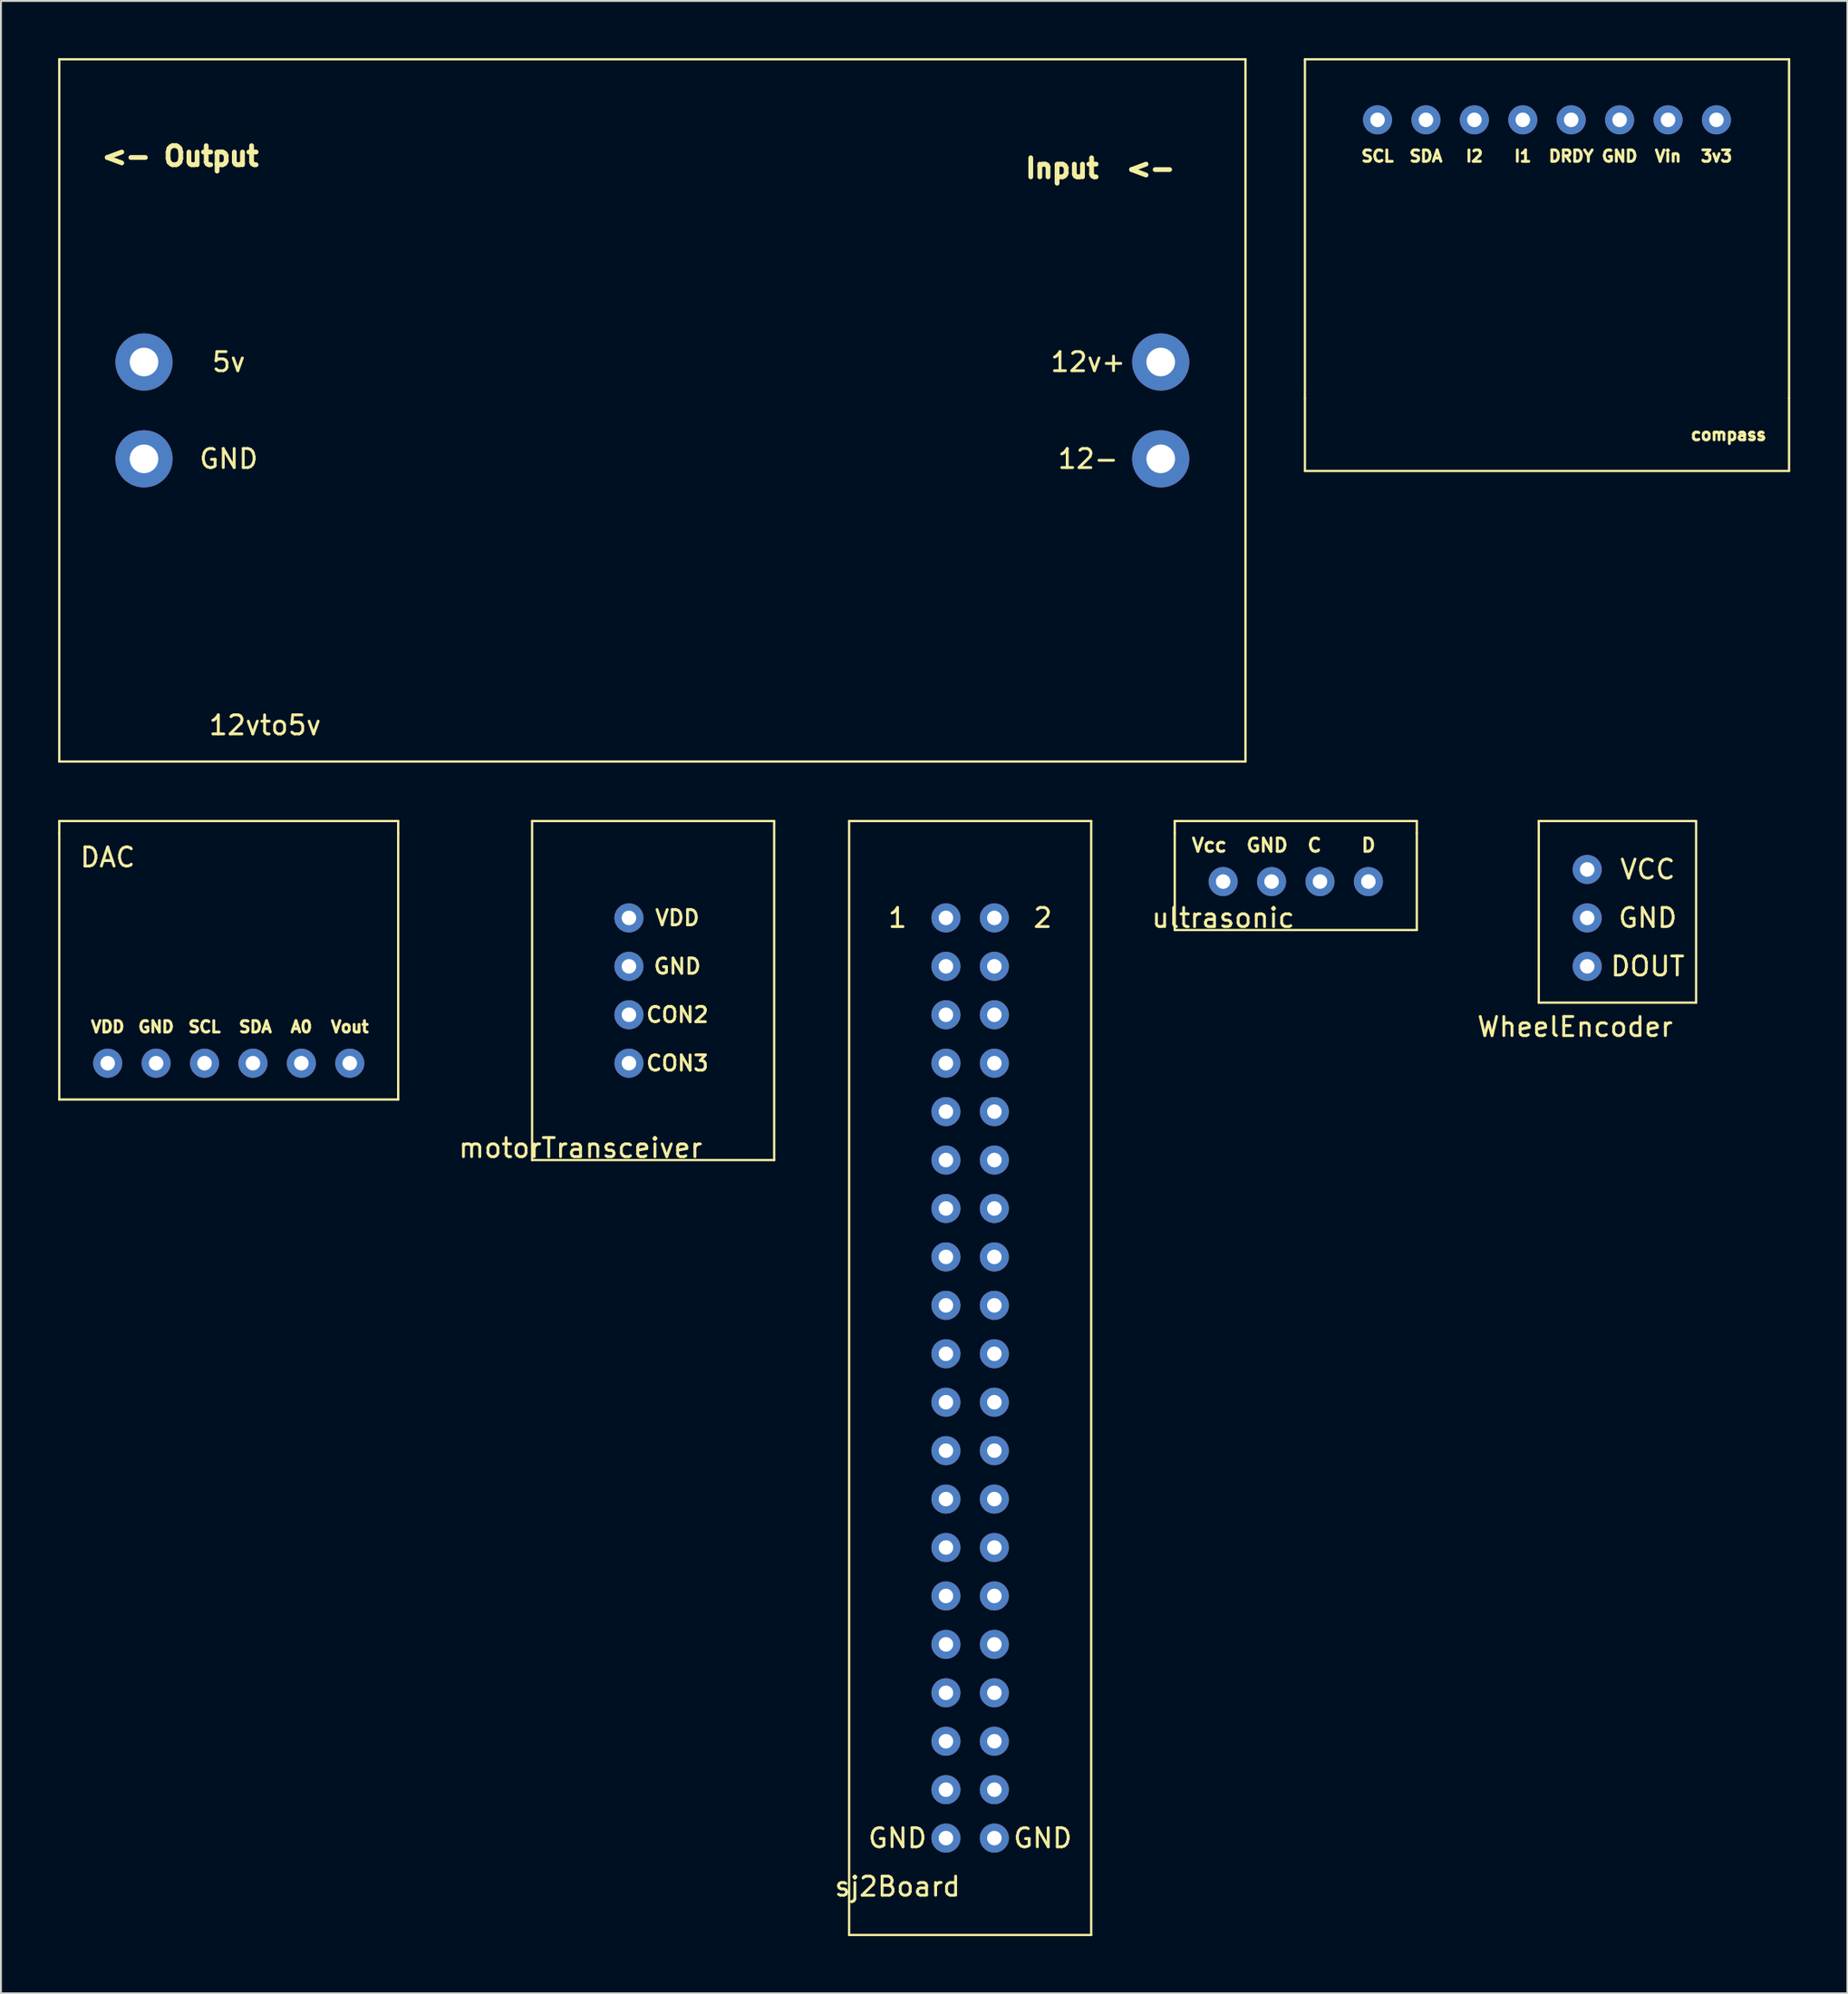
<source format=kicad_pcb>
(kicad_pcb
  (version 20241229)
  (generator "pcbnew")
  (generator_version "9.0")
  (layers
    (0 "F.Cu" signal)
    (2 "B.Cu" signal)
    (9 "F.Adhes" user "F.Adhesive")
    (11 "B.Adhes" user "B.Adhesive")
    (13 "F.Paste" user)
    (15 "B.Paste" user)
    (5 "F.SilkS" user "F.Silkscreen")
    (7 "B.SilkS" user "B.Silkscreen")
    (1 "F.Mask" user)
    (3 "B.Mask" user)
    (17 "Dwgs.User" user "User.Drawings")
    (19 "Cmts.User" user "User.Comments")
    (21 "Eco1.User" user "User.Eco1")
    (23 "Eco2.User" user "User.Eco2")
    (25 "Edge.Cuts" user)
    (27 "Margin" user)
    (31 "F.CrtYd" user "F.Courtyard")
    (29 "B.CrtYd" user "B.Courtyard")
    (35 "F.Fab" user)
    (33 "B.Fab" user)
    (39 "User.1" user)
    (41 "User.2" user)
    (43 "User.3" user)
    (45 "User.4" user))
  (footprint "compass"
    (layer "F.Cu")
    (at 78.745 12.76)
    (property "Reference" "compass" (at 8.89 6.985 180) (layer "F.SilkS") (effects (font (size 0.6 0.6) (thickness 0.15))))
    (attr through_hole)
    (fp_line (start -13.335 -12.7) (end -13.335 5.08) (stroke (width 0.12) (type solid)) (layer "F.SilkS"))
    (fp_line (start -13.335 5.08) (end -13.335 8.89) (stroke (width 0.12) (type solid)) (layer "F.SilkS"))
    (fp_line (start -13.335 8.89) (end 12.065 8.89) (stroke (width 0.12) (type solid)) (layer "F.SilkS"))
    (fp_line (start 12.065 -12.7) (end -13.335 -12.7) (stroke (width 0.12) (type solid)) (layer "F.SilkS"))
    (fp_line (start 12.065 5.08) (end 12.065 -12.7) (stroke (width 0.12) (type solid)) (layer "F.SilkS"))
    (fp_line (start 12.065 8.89) (end 12.065 5.08) (stroke (width 0.12) (type solid)) (layer "F.SilkS"))
    (fp_text user "I2" (at -4.445 -7.62 0) (layer "F.SilkS") (effects (font (size 0.6 0.6) (thickness 0.15))))
    (fp_text user "3v3" (at 8.255 -7.62 0) (layer "F.SilkS") (effects (font (size 0.6 0.6) (thickness 0.15))))
    (fp_text user "DRDY" (at 0.635 -7.62 0) (layer "F.SilkS") (effects (font (size 0.6 0.6) (thickness 0.15))))
    (fp_text user "GND" (at 3.175 -7.62 0) (layer "F.SilkS") (effects (font (size 0.6 0.6) (thickness 0.15))))
    (fp_text user "Vin" (at 5.715 -7.62 0) (layer "F.SilkS") (effects (font (size 0.6 0.6) (thickness 0.15))))
    (fp_text user "SDA" (at -6.985 -7.62 0) (layer "F.SilkS") (effects (font (size 0.6 0.6) (thickness 0.15))))
    (fp_text user "SCL" (at -9.525 -7.62 0) (layer "F.SilkS") (effects (font (size 0.6 0.6) (thickness 0.15))))
    (fp_text user "I1" (at -1.905 -7.62 0) (layer "F.SilkS") (effects (font (size 0.6 0.6) (thickness 0.15))))
    (pad "0" thru_hole circle (at -9.525 -9.525) (size 1.524 1.524) (drill 0.762) (layers "*.Cu" "*.Mask"))
    (pad "1" thru_hole circle (at -6.985 -9.525) (size 1.524 1.524) (drill 0.762) (layers "*.Cu" "*.Mask"))
    (pad "2" thru_hole circle (at -4.445 -9.525) (size 1.524 1.524) (drill 0.762) (layers "*.Cu" "*.Mask"))
    (pad "3" thru_hole circle (at -1.905 -9.525) (size 1.524 1.524) (drill 0.762) (layers "*.Cu" "*.Mask"))
    (pad "4" thru_hole circle (at 0.635 -9.525) (size 1.524 1.524) (drill 0.762) (layers "*.Cu" "*.Mask"))
    (pad "5" thru_hole circle (at 3.175 -9.525) (size 1.524 1.524) (drill 0.762) (layers "*.Cu" "*.Mask"))
    (pad "6" thru_hole circle (at 5.715 -9.525) (size 1.524 1.524) (drill 0.762) (layers "*.Cu" "*.Mask"))
    (pad "7" thru_hole circle (at 8.255 -9.525) (size 1.524 1.524) (drill 0.762) (layers "*.Cu" "*.Mask")))
  (footprint "WheelEncoder"
    (layer "F.Cu")
    (at 81.489 45.09)
    (property "Reference" "WheelEncoder" (at -1.905 5.715 0) (layer "F.SilkS") (effects (font (size 1 1) (thickness 0.15))))
    (attr through_hole)
    (fp_line (start -3.81 -5.08) (end 4.445 -5.08) (stroke (width 0.12) (type solid)) (layer "F.SilkS"))
    (fp_line (start -3.81 4.445) (end -3.81 -5.08) (stroke (width 0.12) (type solid)) (layer "F.SilkS"))
    (fp_line (start 4.445 -5.08) (end 4.445 4.445) (stroke (width 0.12) (type solid)) (layer "F.SilkS"))
    (fp_line (start 4.445 4.445) (end -3.81 4.445) (stroke (width 0.12) (type solid)) (layer "F.SilkS"))
    (fp_text user "GND" (at 1.905 0 0) (layer "F.SilkS") (effects (font (size 1 1) (thickness 0.15))))
    (fp_text user "DOUT" (at 1.905 2.54 0) (layer "F.SilkS") (effects (font (size 1 1) (thickness 0.15))))
    (fp_text user "VCC" (at 1.905 -2.54 0) (layer "F.SilkS") (effects (font (size 1 1) (thickness 0.15))))
    (pad "1" thru_hole circle (at -1.27 -2.54) (size 1.524 1.524) (drill 0.762) (layers "*.Cu" "*.Mask"))
    (pad "2" thru_hole circle (at -1.27 0) (size 1.524 1.524) (drill 0.762) (layers "*.Cu" "*.Mask"))
    (pad "3" thru_hole circle (at -1.27 2.54) (size 1.524 1.524) (drill 0.762) (layers "*.Cu" "*.Mask")))
  (footprint "DAC"
    (layer "F.Cu")
    (at 8.95 48.9)
    (property "Reference" "DAC" (at -6.35 -6.985 0) (layer "F.SilkS") (effects (font (size 1 1) (thickness 0.15))))
    (attr through_hole)
    (fp_line (start -8.89 -8.89) (end 8.89 -8.89) (stroke (width 0.12) (type solid)) (layer "F.SilkS"))
    (fp_line (start -8.89 -8.255) (end -8.89 -8.89) (stroke (width 0.12) (type solid)) (layer "F.SilkS"))
    (fp_line (start -8.89 -8.255) (end -8.89 5.715) (stroke (width 0.12) (type solid)) (layer "F.SilkS"))
    (fp_line (start -8.89 5.715) (end 8.89 5.715) (stroke (width 0.12) (type solid)) (layer "F.SilkS"))
    (fp_line (start 8.89 -8.89) (end 8.89 -8.255) (stroke (width 0.12) (type solid)) (layer "F.SilkS"))
    (fp_line (start 8.89 5.715) (end 8.89 -8.255) (stroke (width 0.12) (type solid)) (layer "F.SilkS"))
    (fp_text user "VDD" (at -6.35 1.905 0) (layer "F.SilkS") (effects (font (size 0.6 0.6) (thickness 0.15))))
    (fp_text user "SCL" (at -1.27 1.905 0) (layer "F.SilkS") (effects (font (size 0.6 0.6) (thickness 0.15))))
    (fp_text user "GND" (at -3.81 1.905 0) (layer "F.SilkS") (effects (font (size 0.6 0.6) (thickness 0.15))))
    (fp_text user "SDA" (at 1.397 1.905 0) (layer "F.SilkS") (effects (font (size 0.6 0.6) (thickness 0.15))))
    (fp_text user "A0" (at 3.81 1.905 0) (layer "F.SilkS") (effects (font (size 0.6 0.6) (thickness 0.15))))
    (fp_text user "Vout" (at 6.35 1.905 0) (layer "F.SilkS") (effects (font (size 0.6 0.6) (thickness 0.15))))
    (pad "1" thru_hole circle (at -6.35 3.81) (size 1.524 1.524) (drill 0.762) (layers "*.Cu" "*.Mask"))
    (pad "2" thru_hole circle (at -3.81 3.81) (size 1.524 1.524) (drill 0.762) (layers "*.Cu" "*.Mask"))
    (pad "3" thru_hole circle (at -1.27 3.81) (size 1.524 1.524) (drill 0.762) (layers "*.Cu" "*.Mask"))
    (pad "4" thru_hole circle (at 1.27 3.81) (size 1.524 1.524) (drill 0.762) (layers "*.Cu" "*.Mask"))
    (pad "5" thru_hole circle (at 3.81 3.81) (size 1.524 1.524) (drill 0.762) (layers "*.Cu" "*.Mask"))
    (pad "6" thru_hole circle (at 6.35 3.81) (size 1.524 1.524) (drill 0.762) (layers "*.Cu" "*.Mask")))
  (footprint "sj2Board"
    (layer "F.Cu")
    (at 49.117 70.49)
    (property "Reference" "sj2Board" (at -5.08 25.4 0) (layer "F.SilkS") (effects (font (size 1 1) (thickness 0.15))))
    (attr through_hole)
    (fp_line (start -7.62 -30.48) (end -7.62 27.94) (stroke (width 0.12) (type solid)) (layer "F.SilkS"))
    (fp_line (start -7.62 27.94) (end 5.08 27.94) (stroke (width 0.12) (type solid)) (layer "F.SilkS"))
    (fp_line (start 5.08 -30.48) (end -7.62 -30.48) (stroke (width 0.12) (type solid)) (layer "F.SilkS"))
    (fp_line (start 5.08 27.94) (end 5.08 -30.48) (stroke (width 0.12) (type solid)) (layer "F.SilkS"))
    (fp_text user "1" (at -5.08 -25.4 0) (layer "F.SilkS") (effects (font (size 1 1) (thickness 0.15))))
    (fp_text user "GND" (at 2.54 22.86 0) (layer "F.SilkS") (effects (font (size 1 1) (thickness 0.15))))
    (fp_text user "2" (at 2.54 -25.4 0) (layer "F.SilkS") (effects (font (size 1 1) (thickness 0.15))))
    (fp_text user "GND" (at -5.08 22.86 0) (layer "F.SilkS") (effects (font (size 1 1) (thickness 0.15))))
    (pad "1" thru_hole circle (at -2.54 -25.4) (size 1.524 1.524) (drill 0.762) (layers "*.Cu" "*.Mask"))
    (pad "2" thru_hole circle (at 0 -25.4) (size 1.524 1.524) (drill 0.762) (layers "*.Cu" "*.Mask"))
    (pad "3" thru_hole circle (at -2.54 -22.86) (size 1.524 1.524) (drill 0.762) (layers "*.Cu" "*.Mask"))
    (pad "4" thru_hole circle (at 0 -22.86) (size 1.524 1.524) (drill 0.762) (layers "*.Cu" "*.Mask"))
    (pad "5" thru_hole circle (at -2.54 -20.32) (size 1.524 1.524) (drill 0.762) (layers "*.Cu" "*.Mask"))
    (pad "6" thru_hole circle (at 0 -20.32) (size 1.524 1.524) (drill 0.762) (layers "*.Cu" "*.Mask"))
    (pad "7" thru_hole circle (at -2.54 -17.78) (size 1.524 1.524) (drill 0.762) (layers "*.Cu" "*.Mask"))
    (pad "8" thru_hole circle (at 0 -17.78) (size 1.524 1.524) (drill 0.762) (layers "*.Cu" "*.Mask"))
    (pad "9" thru_hole circle (at -2.54 -15.24) (size 1.524 1.524) (drill 0.762) (layers "*.Cu" "*.Mask"))
    (pad "10" thru_hole circle (at 0 -15.24) (size 1.524 1.524) (drill 0.762) (layers "*.Cu" "*.Mask"))
    (pad "11" thru_hole circle (at -2.54 -12.7) (size 1.524 1.524) (drill 0.762) (layers "*.Cu" "*.Mask"))
    (pad "12" thru_hole circle (at 0 -12.7) (size 1.524 1.524) (drill 0.762) (layers "*.Cu" "*.Mask"))
    (pad "13" thru_hole circle (at -2.54 -10.16) (size 1.524 1.524) (drill 0.762) (layers "*.Cu" "*.Mask"))
    (pad "14" thru_hole circle (at 0 -10.16) (size 1.524 1.524) (drill 0.762) (layers "*.Cu" "*.Mask"))
    (pad "15" thru_hole circle (at -2.54 -7.62) (size 1.524 1.524) (drill 0.762) (layers "*.Cu" "*.Mask"))
    (pad "16" thru_hole circle (at 0 -7.62) (size 1.524 1.524) (drill 0.762) (layers "*.Cu" "*.Mask"))
    (pad "17" thru_hole circle (at -2.54 -5.08) (size 1.524 1.524) (drill 0.762) (layers "*.Cu" "*.Mask"))
    (pad "18" thru_hole circle (at 0 -5.08) (size 1.524 1.524) (drill 0.762) (layers "*.Cu" "*.Mask"))
    (pad "19" thru_hole circle (at -2.54 -2.54) (size 1.524 1.524) (drill 0.762) (layers "*.Cu" "*.Mask"))
    (pad "20" thru_hole circle (at 0 -2.54) (size 1.524 1.524) (drill 0.762) (layers "*.Cu" "*.Mask"))
    (pad "21" thru_hole circle (at -2.54 0) (size 1.524 1.524) (drill 0.762) (layers "*.Cu" "*.Mask"))
    (pad "22" thru_hole circle (at 0 0) (size 1.524 1.524) (drill 0.762) (layers "*.Cu" "*.Mask"))
    (pad "23" thru_hole circle (at -2.54 2.54) (size 1.524 1.524) (drill 0.762) (layers "*.Cu" "*.Mask"))
    (pad "24" thru_hole circle (at 0 2.54) (size 1.524 1.524) (drill 0.762) (layers "*.Cu" "*.Mask"))
    (pad "25" thru_hole circle (at -2.54 5.08) (size 1.524 1.524) (drill 0.762) (layers "*.Cu" "*.Mask"))
    (pad "26" thru_hole circle (at 0 5.08) (size 1.524 1.524) (drill 0.762) (layers "*.Cu" "*.Mask"))
    (pad "27" thru_hole circle (at -2.54 7.62) (size 1.524 1.524) (drill 0.762) (layers "*.Cu" "*.Mask"))
    (pad "28" thru_hole circle (at 0 7.62) (size 1.524 1.524) (drill 0.762) (layers "*.Cu" "*.Mask"))
    (pad "29" thru_hole circle (at -2.54 10.16) (size 1.524 1.524) (drill 0.762) (layers "*.Cu" "*.Mask"))
    (pad "30" thru_hole circle (at 0 10.16) (size 1.524 1.524) (drill 0.762) (layers "*.Cu" "*.Mask"))
    (pad "31" thru_hole circle (at -2.54 12.7) (size 1.524 1.524) (drill 0.762) (layers "*.Cu" "*.Mask"))
    (pad "32" thru_hole circle (at 0 12.7) (size 1.524 1.524) (drill 0.762) (layers "*.Cu" "*.Mask"))
    (pad "33" thru_hole circle (at -2.54 15.24) (size 1.524 1.524) (drill 0.762) (layers "*.Cu" "*.Mask"))
    (pad "34" thru_hole circle (at 0 15.24) (size 1.524 1.524) (drill 0.762) (layers "*.Cu" "*.Mask"))
    (pad "35" thru_hole circle (at -2.54 17.78) (size 1.524 1.524) (drill 0.762) (layers "*.Cu" "*.Mask"))
    (pad "36" thru_hole circle (at 0 17.78) (size 1.524 1.524) (drill 0.762) (layers "*.Cu" "*.Mask"))
    (pad "37" thru_hole circle (at -2.54 20.32) (size 1.524 1.524) (drill 0.762) (layers "*.Cu" "*.Mask"))
    (pad "38" thru_hole circle (at 0 20.32) (size 1.524 1.524) (drill 0.762) (layers "*.Cu" "*.Mask"))
    (pad "39" thru_hole circle (at -2.54 22.86) (size 1.524 1.524) (drill 0.762) (layers "*.Cu" "*.Mask"))
    (pad "40" thru_hole circle (at 0 22.86) (size 1.524 1.524) (drill 0.762) (layers "*.Cu" "*.Mask")))
  (footprint "ultrasonic"
    (layer "F.Cu")
    (at 64.93 43.185)
    (property "Reference" "ultrasonic" (at -3.81 1.905 0) (layer "F.SilkS") (effects (font (size 1 1) (thickness 0.15))))
    (attr through_hole)
    (fp_line (start -6.35 -3.175) (end -6.35 -2.54) (stroke (width 0.12) (type solid)) (layer "F.SilkS"))
    (fp_line (start -6.35 -2.54) (end -6.35 2.54) (stroke (width 0.12) (type solid)) (layer "F.SilkS"))
    (fp_line (start -6.35 2.54) (end 6.35 2.54) (stroke (width 0.12) (type solid)) (layer "F.SilkS"))
    (fp_line (start 6.35 -3.175) (end -6.35 -3.175) (stroke (width 0.12) (type solid)) (layer "F.SilkS"))
    (fp_line (start 6.35 -2.54) (end 6.35 -3.175) (stroke (width 0.12) (type solid)) (layer "F.SilkS"))
    (fp_line (start 6.35 2.54) (end 6.35 -2.54) (stroke (width 0.12) (type solid)) (layer "F.SilkS"))
    (fp_text user "Vcc  GND  C    D" (at -0.635 -1.905 0) (layer "F.SilkS") (effects (font (size 0.7 0.7) (thickness 0.15))))
    (pad "1" thru_hole circle (at -3.81 0) (size 1.524 1.524) (drill 0.762) (layers "*.Cu" "*.Mask"))
    (pad "2" thru_hole circle (at -1.27 0) (size 1.524 1.524) (drill 0.762) (layers "*.Cu" "*.Mask"))
    (pad "3" thru_hole circle (at 1.27 0) (size 1.524 1.524) (drill 0.762) (layers "*.Cu" "*.Mask"))
    (pad "4" thru_hole circle (at 3.81 0) (size 1.524 1.524) (drill 0.762) (layers "*.Cu" "*.Mask")))
  (footprint "12vto5v"
    (layer "F.Cu")
    (at 29.905 19.745)
    (property "Reference" "12vto5v" (at -19.05 15.24 0) (layer "F.SilkS") (effects (font (size 1 1) (thickness 0.15))))
    (attr through_hole)
    (fp_line (start -29.845 -19.685) (end -29.845 17.145) (stroke (width 0.12) (type solid)) (layer "F.SilkS"))
    (fp_line (start -29.845 17.145) (end 32.385 17.145) (stroke (width 0.12) (type solid)) (layer "F.SilkS"))
    (fp_line (start 32.385 -19.685) (end -29.845 -19.685) (stroke (width 0.12) (type solid)) (layer "F.SilkS"))
    (fp_line (start 32.385 17.145) (end 32.385 -19.685) (stroke (width 0.12) (type solid)) (layer "F.SilkS"))
    (fp_text user "12v+" (at 24.13 -3.81 0) (layer "F.SilkS") (effects (font (size 1 1) (thickness 0.15))))
    (fp_text user "5v" (at -20.955 -3.81 0) (layer "F.SilkS") (effects (font (size 1 1) (thickness 0.15))))
    (fp_text user "12-" (at 24.13 1.27 0) (layer "F.SilkS") (effects (font (size 1 1) (thickness 0.15))))
    (fp_text user "Input  <-" (at 24.765 -13.97 0) (layer "F.SilkS") (effects (font (size 1 1) (thickness 0.25))))
    (fp_text user "<- Output" (at -23.495 -14.605 0) (layer "F.SilkS") (effects (font (size 1 1) (thickness 0.25))))
    (fp_text user "GND" (at -20.955 1.27 0) (layer "F.SilkS") (effects (font (size 1 1) (thickness 0.15))))
    (pad "1" thru_hole circle (at 27.94 -3.81) (size 3 3) (drill 1.5) (layers "*.Cu" "*.Mask"))
    (pad "2" thru_hole circle (at 27.94 1.27) (size 3 3) (drill 1.5) (layers "*.Cu" "*.Mask"))
    (pad "3" thru_hole circle (at -25.4 -3.81) (size 3 3) (drill 1.5) (layers "*.Cu" "*.Mask"))
    (pad "4" thru_hole circle (at -25.4 1.27) (size 3 3) (drill 1.5) (layers "*.Cu" "*.Mask")))
  (footprint "motorTransceiver"
    (layer "F.Cu")
    (at 31.851 49.535)
    (property "Reference" "motorTransceiver" (at -4.445 7.62 0) (layer "F.SilkS") (effects (font (size 1 1) (thickness 0.15))))
    (attr through_hole)
    (fp_line (start -6.985 -9.525) (end 5.715 -9.525) (stroke (width 0.12) (type solid)) (layer "F.SilkS"))
    (fp_line (start -6.985 8.255) (end -6.985 -9.525) (stroke (width 0.12) (type solid)) (layer "F.SilkS"))
    (fp_line (start 5.715 -9.525) (end 5.715 8.255) (stroke (width 0.12) (type solid)) (layer "F.SilkS"))
    (fp_line (start 5.715 8.255) (end -6.985 8.255) (stroke (width 0.12) (type solid)) (layer "F.SilkS"))
    (fp_text user "CON3" (at 0.635 3.175 0) (layer "F.SilkS") (effects (font (size 0.8 0.8) (thickness 0.15))))
    (fp_text user "CON2" (at 0.635 0.635 0) (layer "F.SilkS") (effects (font (size 0.8 0.8) (thickness 0.15))))
    (fp_text user "GND" (at 0.635 -1.905 0) (layer "F.SilkS") (effects (font (size 0.8 0.8) (thickness 0.15))))
    (fp_text user "VDD" (at 0.635 -4.445 0) (layer "F.SilkS") (effects (font (size 0.8 0.8) (thickness 0.15))))
    (pad "1" thru_hole circle (at -1.905 -4.445) (size 1.524 1.524) (drill 0.762) (layers "*.Cu" "*.Mask"))
    (pad "2" thru_hole circle (at -1.905 -1.905) (size 1.524 1.524) (drill 0.762) (layers "*.Cu" "*.Mask"))
    (pad "3" thru_hole circle (at -1.905 0.635) (size 1.524 1.524) (drill 0.762) (layers "*.Cu" "*.Mask"))
    (pad "4" thru_hole circle (at -1.905 3.175) (size 1.524 1.524) (drill 0.762) (layers "*.Cu" "*.Mask")))
  (gr_rect
    (start -3 -3)
    (end 93.87 101.49)
    (stroke (width 0.1) (type default))
    (fill no)
    (layer "Edge.Cuts")))
</source>
